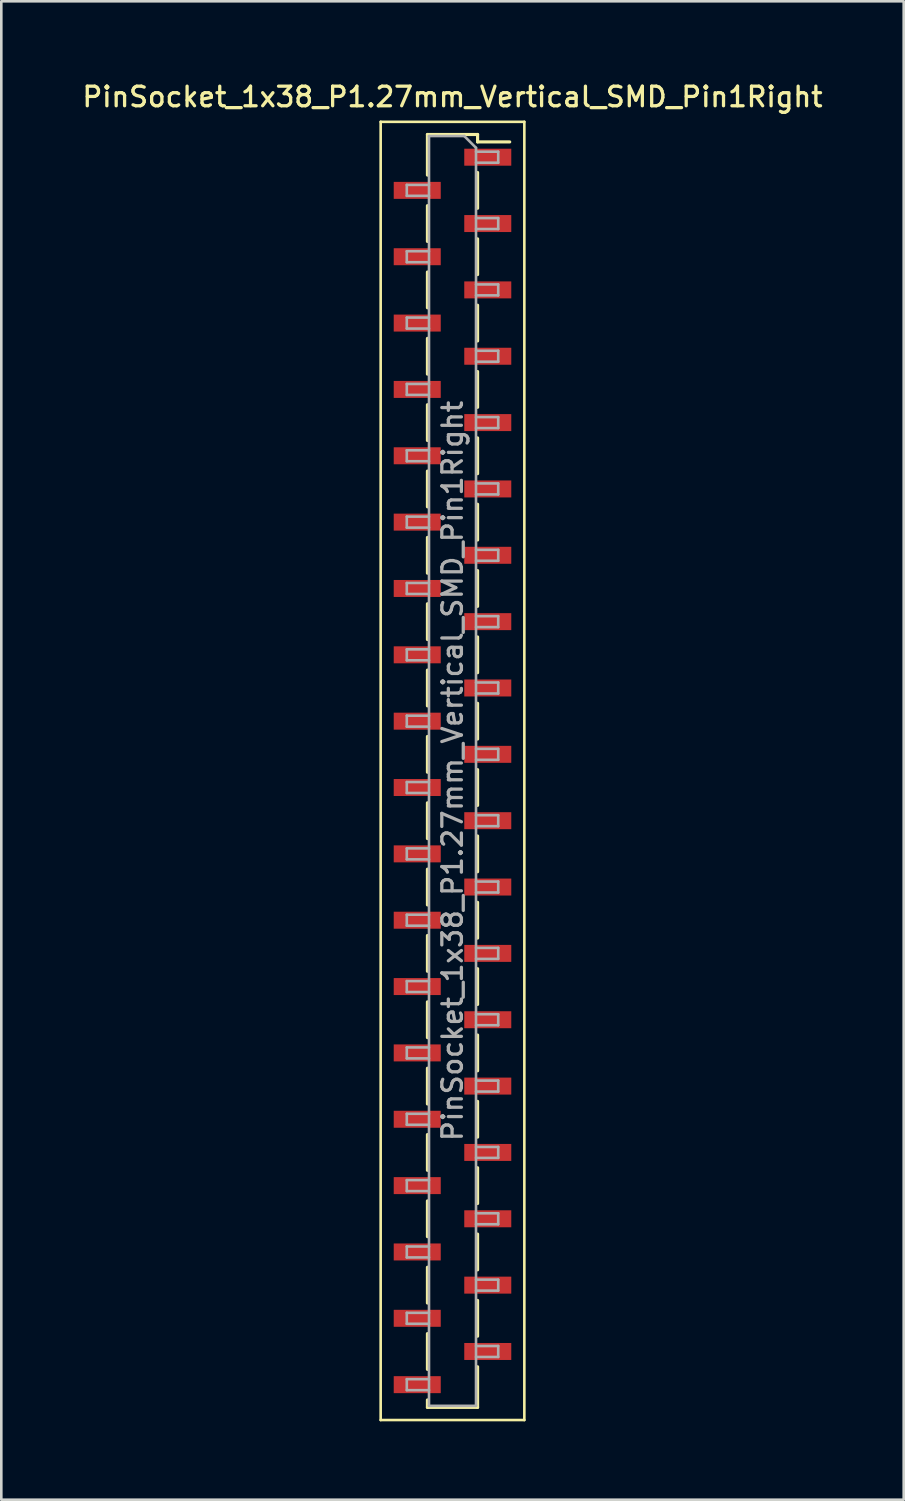
<source format=kicad_pcb>
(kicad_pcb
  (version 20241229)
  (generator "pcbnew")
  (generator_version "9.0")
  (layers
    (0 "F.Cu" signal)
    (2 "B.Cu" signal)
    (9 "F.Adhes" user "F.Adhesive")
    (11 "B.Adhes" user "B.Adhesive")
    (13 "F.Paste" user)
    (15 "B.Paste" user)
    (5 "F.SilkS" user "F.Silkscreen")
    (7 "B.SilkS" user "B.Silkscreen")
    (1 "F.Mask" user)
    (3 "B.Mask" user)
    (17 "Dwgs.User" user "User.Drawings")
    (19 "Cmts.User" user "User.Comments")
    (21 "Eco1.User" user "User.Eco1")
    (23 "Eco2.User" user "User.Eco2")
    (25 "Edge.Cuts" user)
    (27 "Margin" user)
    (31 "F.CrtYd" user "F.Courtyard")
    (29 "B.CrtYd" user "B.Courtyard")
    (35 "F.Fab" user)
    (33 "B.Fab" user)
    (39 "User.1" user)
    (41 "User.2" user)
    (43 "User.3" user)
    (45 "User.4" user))
  (footprint "PinSocket_1x38_P1.27mm_Vertical_SMD_Pin1Right"
    (layer "F.Cu")
    (at 14.273 26.463)
    (property "Reference" "PinSocket_1x38_P1.27mm_Vertical_SMD_Pin1Right" (at 0 -25.805 0) (layer "F.SilkS") (effects (font (size 0.75 0.75) (thickness 0.125))))
    (attr smd)
    (fp_line (start -2.75 -24.85) (end 2.75 -24.85) (stroke (width 0.1) (type solid)) (layer "F.SilkS"))
    (fp_line (start -2.75 24.85) (end -2.75 -24.85) (stroke (width 0.1) (type solid)) (layer "F.SilkS"))
    (fp_line (start -0.96 -24.365) (end -0.96 -22.81) (stroke (width 0.12) (type solid)) (layer "F.SilkS"))
    (fp_line (start -0.96 -24.365) (end 0.96 -24.365) (stroke (width 0.12) (type solid)) (layer "F.SilkS"))
    (fp_line (start -0.96 -21.64) (end -0.96 -20.27) (stroke (width 0.12) (type solid)) (layer "F.SilkS"))
    (fp_line (start -0.96 -19.1) (end -0.96 -17.73) (stroke (width 0.12) (type solid)) (layer "F.SilkS"))
    (fp_line (start -0.96 -16.56) (end -0.96 -15.19) (stroke (width 0.12) (type solid)) (layer "F.SilkS"))
    (fp_line (start -0.96 -14.02) (end -0.96 -12.65) (stroke (width 0.12) (type solid)) (layer "F.SilkS"))
    (fp_line (start -0.96 -11.48) (end -0.96 -10.11) (stroke (width 0.12) (type solid)) (layer "F.SilkS"))
    (fp_line (start -0.96 -8.94) (end -0.96 -7.57) (stroke (width 0.12) (type solid)) (layer "F.SilkS"))
    (fp_line (start -0.96 -6.4) (end -0.96 -5.03) (stroke (width 0.12) (type solid)) (layer "F.SilkS"))
    (fp_line (start -0.96 -3.86) (end -0.96 -2.49) (stroke (width 0.12) (type solid)) (layer "F.SilkS"))
    (fp_line (start -0.96 -1.32) (end -0.96 0.05) (stroke (width 0.12) (type solid)) (layer "F.SilkS"))
    (fp_line (start -0.96 1.22) (end -0.96 2.59) (stroke (width 0.12) (type solid)) (layer "F.SilkS"))
    (fp_line (start -0.96 3.76) (end -0.96 5.13) (stroke (width 0.12) (type solid)) (layer "F.SilkS"))
    (fp_line (start -0.96 6.3) (end -0.96 7.67) (stroke (width 0.12) (type solid)) (layer "F.SilkS"))
    (fp_line (start -0.96 8.84) (end -0.96 10.21) (stroke (width 0.12) (type solid)) (layer "F.SilkS"))
    (fp_line (start -0.96 11.38) (end -0.96 12.75) (stroke (width 0.12) (type solid)) (layer "F.SilkS"))
    (fp_line (start -0.96 13.92) (end -0.96 15.29) (stroke (width 0.12) (type solid)) (layer "F.SilkS"))
    (fp_line (start -0.96 16.46) (end -0.96 17.83) (stroke (width 0.12) (type solid)) (layer "F.SilkS"))
    (fp_line (start -0.96 19) (end -0.96 20.37) (stroke (width 0.12) (type solid)) (layer "F.SilkS"))
    (fp_line (start -0.96 21.54) (end -0.96 22.91) (stroke (width 0.12) (type solid)) (layer "F.SilkS"))
    (fp_line (start -0.96 24.08) (end -0.96 24.365) (stroke (width 0.12) (type solid)) (layer "F.SilkS"))
    (fp_line (start -0.96 24.365) (end 0.96 24.365) (stroke (width 0.12) (type solid)) (layer "F.SilkS"))
    (fp_line (start 0.96 -24.365) (end 0.96 -24.08) (stroke (width 0.12) (type solid)) (layer "F.SilkS"))
    (fp_line (start 0.96 -24.08) (end 2.19 -24.08) (stroke (width 0.12) (type solid)) (layer "F.SilkS"))
    (fp_line (start 0.96 -22.91) (end 0.96 -21.54) (stroke (width 0.12) (type solid)) (layer "F.SilkS"))
    (fp_line (start 0.96 -20.37) (end 0.96 -19) (stroke (width 0.12) (type solid)) (layer "F.SilkS"))
    (fp_line (start 0.96 -17.83) (end 0.96 -16.46) (stroke (width 0.12) (type solid)) (layer "F.SilkS"))
    (fp_line (start 0.96 -15.29) (end 0.96 -13.92) (stroke (width 0.12) (type solid)) (layer "F.SilkS"))
    (fp_line (start 0.96 -12.75) (end 0.96 -11.38) (stroke (width 0.12) (type solid)) (layer "F.SilkS"))
    (fp_line (start 0.96 -10.21) (end 0.96 -8.84) (stroke (width 0.12) (type solid)) (layer "F.SilkS"))
    (fp_line (start 0.96 -7.67) (end 0.96 -6.3) (stroke (width 0.12) (type solid)) (layer "F.SilkS"))
    (fp_line (start 0.96 -5.13) (end 0.96 -3.76) (stroke (width 0.12) (type solid)) (layer "F.SilkS"))
    (fp_line (start 0.96 -2.59) (end 0.96 -1.22) (stroke (width 0.12) (type solid)) (layer "F.SilkS"))
    (fp_line (start 0.96 -0.05) (end 0.96 1.32) (stroke (width 0.12) (type solid)) (layer "F.SilkS"))
    (fp_line (start 0.96 2.49) (end 0.96 3.86) (stroke (width 0.12) (type solid)) (layer "F.SilkS"))
    (fp_line (start 0.96 5.03) (end 0.96 6.4) (stroke (width 0.12) (type solid)) (layer "F.SilkS"))
    (fp_line (start 0.96 7.57) (end 0.96 8.94) (stroke (width 0.12) (type solid)) (layer "F.SilkS"))
    (fp_line (start 0.96 10.11) (end 0.96 11.48) (stroke (width 0.12) (type solid)) (layer "F.SilkS"))
    (fp_line (start 0.96 12.65) (end 0.96 14.02) (stroke (width 0.12) (type solid)) (layer "F.SilkS"))
    (fp_line (start 0.96 15.19) (end 0.96 16.56) (stroke (width 0.12) (type solid)) (layer "F.SilkS"))
    (fp_line (start 0.96 17.73) (end 0.96 19.1) (stroke (width 0.12) (type solid)) (layer "F.SilkS"))
    (fp_line (start 0.96 20.27) (end 0.96 21.64) (stroke (width 0.12) (type solid)) (layer "F.SilkS"))
    (fp_line (start 0.96 22.81) (end 0.96 24.365) (stroke (width 0.12) (type solid)) (layer "F.SilkS"))
    (fp_line (start 2.75 -24.85) (end 2.75 24.85) (stroke (width 0.1) (type solid)) (layer "F.SilkS"))
    (fp_line (start 2.75 24.85) (end -2.75 24.85) (stroke (width 0.1) (type solid)) (layer "F.SilkS"))
    (fp_line (start -1.75 -22.435) (end -0.9 -22.435) (stroke (width 0.1) (type solid)) (layer "F.Fab"))
    (fp_line (start -1.75 -22.015) (end -1.75 -22.435) (stroke (width 0.1) (type solid)) (layer "F.Fab"))
    (fp_line (start -1.75 -19.895) (end -0.9 -19.895) (stroke (width 0.1) (type solid)) (layer "F.Fab"))
    (fp_line (start -1.75 -19.475) (end -1.75 -19.895) (stroke (width 0.1) (type solid)) (layer "F.Fab"))
    (fp_line (start -1.75 -17.355) (end -0.9 -17.355) (stroke (width 0.1) (type solid)) (layer "F.Fab"))
    (fp_line (start -1.75 -16.935) (end -1.75 -17.355) (stroke (width 0.1) (type solid)) (layer "F.Fab"))
    (fp_line (start -1.75 -14.815) (end -0.9 -14.815) (stroke (width 0.1) (type solid)) (layer "F.Fab"))
    (fp_line (start -1.75 -14.395) (end -1.75 -14.815) (stroke (width 0.1) (type solid)) (layer "F.Fab"))
    (fp_line (start -1.75 -12.275) (end -0.9 -12.275) (stroke (width 0.1) (type solid)) (layer "F.Fab"))
    (fp_line (start -1.75 -11.855) (end -1.75 -12.275) (stroke (width 0.1) (type solid)) (layer "F.Fab"))
    (fp_line (start -1.75 -9.735) (end -0.9 -9.735) (stroke (width 0.1) (type solid)) (layer "F.Fab"))
    (fp_line (start -1.75 -9.315) (end -1.75 -9.735) (stroke (width 0.1) (type solid)) (layer "F.Fab"))
    (fp_line (start -1.75 -7.195) (end -0.9 -7.195) (stroke (width 0.1) (type solid)) (layer "F.Fab"))
    (fp_line (start -1.75 -6.775) (end -1.75 -7.195) (stroke (width 0.1) (type solid)) (layer "F.Fab"))
    (fp_line (start -1.75 -4.655) (end -0.9 -4.655) (stroke (width 0.1) (type solid)) (layer "F.Fab"))
    (fp_line (start -1.75 -4.235) (end -1.75 -4.655) (stroke (width 0.1) (type solid)) (layer "F.Fab"))
    (fp_line (start -1.75 -2.115) (end -0.9 -2.115) (stroke (width 0.1) (type solid)) (layer "F.Fab"))
    (fp_line (start -1.75 -1.695) (end -1.75 -2.115) (stroke (width 0.1) (type solid)) (layer "F.Fab"))
    (fp_line (start -1.75 0.425) (end -0.9 0.425) (stroke (width 0.1) (type solid)) (layer "F.Fab"))
    (fp_line (start -1.75 0.845) (end -1.75 0.425) (stroke (width 0.1) (type solid)) (layer "F.Fab"))
    (fp_line (start -1.75 2.965) (end -0.9 2.965) (stroke (width 0.1) (type solid)) (layer "F.Fab"))
    (fp_line (start -1.75 3.385) (end -1.75 2.965) (stroke (width 0.1) (type solid)) (layer "F.Fab"))
    (fp_line (start -1.75 5.505) (end -0.9 5.505) (stroke (width 0.1) (type solid)) (layer "F.Fab"))
    (fp_line (start -1.75 5.925) (end -1.75 5.505) (stroke (width 0.1) (type solid)) (layer "F.Fab"))
    (fp_line (start -1.75 8.045) (end -0.9 8.045) (stroke (width 0.1) (type solid)) (layer "F.Fab"))
    (fp_line (start -1.75 8.465) (end -1.75 8.045) (stroke (width 0.1) (type solid)) (layer "F.Fab"))
    (fp_line (start -1.75 10.585) (end -0.9 10.585) (stroke (width 0.1) (type solid)) (layer "F.Fab"))
    (fp_line (start -1.75 11.005) (end -1.75 10.585) (stroke (width 0.1) (type solid)) (layer "F.Fab"))
    (fp_line (start -1.75 13.125) (end -0.9 13.125) (stroke (width 0.1) (type solid)) (layer "F.Fab"))
    (fp_line (start -1.75 13.545) (end -1.75 13.125) (stroke (width 0.1) (type solid)) (layer "F.Fab"))
    (fp_line (start -1.75 15.665) (end -0.9 15.665) (stroke (width 0.1) (type solid)) (layer "F.Fab"))
    (fp_line (start -1.75 16.085) (end -1.75 15.665) (stroke (width 0.1) (type solid)) (layer "F.Fab"))
    (fp_line (start -1.75 18.205) (end -0.9 18.205) (stroke (width 0.1) (type solid)) (layer "F.Fab"))
    (fp_line (start -1.75 18.625) (end -1.75 18.205) (stroke (width 0.1) (type solid)) (layer "F.Fab"))
    (fp_line (start -1.75 20.745) (end -0.9 20.745) (stroke (width 0.1) (type solid)) (layer "F.Fab"))
    (fp_line (start -1.75 21.165) (end -1.75 20.745) (stroke (width 0.1) (type solid)) (layer "F.Fab"))
    (fp_line (start -1.75 23.285) (end -0.9 23.285) (stroke (width 0.1) (type solid)) (layer "F.Fab"))
    (fp_line (start -1.75 23.705) (end -1.75 23.285) (stroke (width 0.1) (type solid)) (layer "F.Fab"))
    (fp_line (start -0.9 -24.305) (end 0.45 -24.305) (stroke (width 0.1) (type solid)) (layer "F.Fab"))
    (fp_line (start -0.9 -22.015) (end -1.75 -22.015) (stroke (width 0.1) (type solid)) (layer "F.Fab"))
    (fp_line (start -0.9 -19.475) (end -1.75 -19.475) (stroke (width 0.1) (type solid)) (layer "F.Fab"))
    (fp_line (start -0.9 -16.935) (end -1.75 -16.935) (stroke (width 0.1) (type solid)) (layer "F.Fab"))
    (fp_line (start -0.9 -14.395) (end -1.75 -14.395) (stroke (width 0.1) (type solid)) (layer "F.Fab"))
    (fp_line (start -0.9 -11.855) (end -1.75 -11.855) (stroke (width 0.1) (type solid)) (layer "F.Fab"))
    (fp_line (start -0.9 -9.315) (end -1.75 -9.315) (stroke (width 0.1) (type solid)) (layer "F.Fab"))
    (fp_line (start -0.9 -6.775) (end -1.75 -6.775) (stroke (width 0.1) (type solid)) (layer "F.Fab"))
    (fp_line (start -0.9 -4.235) (end -1.75 -4.235) (stroke (width 0.1) (type solid)) (layer "F.Fab"))
    (fp_line (start -0.9 -1.695) (end -1.75 -1.695) (stroke (width 0.1) (type solid)) (layer "F.Fab"))
    (fp_line (start -0.9 0.845) (end -1.75 0.845) (stroke (width 0.1) (type solid)) (layer "F.Fab"))
    (fp_line (start -0.9 3.385) (end -1.75 3.385) (stroke (width 0.1) (type solid)) (layer "F.Fab"))
    (fp_line (start -0.9 5.925) (end -1.75 5.925) (stroke (width 0.1) (type solid)) (layer "F.Fab"))
    (fp_line (start -0.9 8.465) (end -1.75 8.465) (stroke (width 0.1) (type solid)) (layer "F.Fab"))
    (fp_line (start -0.9 11.005) (end -1.75 11.005) (stroke (width 0.1) (type solid)) (layer "F.Fab"))
    (fp_line (start -0.9 13.545) (end -1.75 13.545) (stroke (width 0.1) (type solid)) (layer "F.Fab"))
    (fp_line (start -0.9 16.085) (end -1.75 16.085) (stroke (width 0.1) (type solid)) (layer "F.Fab"))
    (fp_line (start -0.9 18.625) (end -1.75 18.625) (stroke (width 0.1) (type solid)) (layer "F.Fab"))
    (fp_line (start -0.9 21.165) (end -1.75 21.165) (stroke (width 0.1) (type solid)) (layer "F.Fab"))
    (fp_line (start -0.9 23.705) (end -1.75 23.705) (stroke (width 0.1) (type solid)) (layer "F.Fab"))
    (fp_line (start -0.9 24.305) (end -0.9 -24.305) (stroke (width 0.1) (type solid)) (layer "F.Fab"))
    (fp_line (start 0.45 -24.305) (end 0.9 -23.855) (stroke (width 0.1) (type solid)) (layer "F.Fab"))
    (fp_line (start 0.9 -23.855) (end 0.9 24.305) (stroke (width 0.1) (type solid)) (layer "F.Fab"))
    (fp_line (start 0.9 -23.705) (end 1.75 -23.705) (stroke (width 0.1) (type solid)) (layer "F.Fab"))
    (fp_line (start 0.9 -21.165) (end 1.75 -21.165) (stroke (width 0.1) (type solid)) (layer "F.Fab"))
    (fp_line (start 0.9 -18.625) (end 1.75 -18.625) (stroke (width 0.1) (type solid)) (layer "F.Fab"))
    (fp_line (start 0.9 -16.085) (end 1.75 -16.085) (stroke (width 0.1) (type solid)) (layer "F.Fab"))
    (fp_line (start 0.9 -13.545) (end 1.75 -13.545) (stroke (width 0.1) (type solid)) (layer "F.Fab"))
    (fp_line (start 0.9 -11.005) (end 1.75 -11.005) (stroke (width 0.1) (type solid)) (layer "F.Fab"))
    (fp_line (start 0.9 -8.465) (end 1.75 -8.465) (stroke (width 0.1) (type solid)) (layer "F.Fab"))
    (fp_line (start 0.9 -5.925) (end 1.75 -5.925) (stroke (width 0.1) (type solid)) (layer "F.Fab"))
    (fp_line (start 0.9 -3.385) (end 1.75 -3.385) (stroke (width 0.1) (type solid)) (layer "F.Fab"))
    (fp_line (start 0.9 -0.845) (end 1.75 -0.845) (stroke (width 0.1) (type solid)) (layer "F.Fab"))
    (fp_line (start 0.9 1.695) (end 1.75 1.695) (stroke (width 0.1) (type solid)) (layer "F.Fab"))
    (fp_line (start 0.9 4.235) (end 1.75 4.235) (stroke (width 0.1) (type solid)) (layer "F.Fab"))
    (fp_line (start 0.9 6.775) (end 1.75 6.775) (stroke (width 0.1) (type solid)) (layer "F.Fab"))
    (fp_line (start 0.9 9.315) (end 1.75 9.315) (stroke (width 0.1) (type solid)) (layer "F.Fab"))
    (fp_line (start 0.9 11.855) (end 1.75 11.855) (stroke (width 0.1) (type solid)) (layer "F.Fab"))
    (fp_line (start 0.9 14.395) (end 1.75 14.395) (stroke (width 0.1) (type solid)) (layer "F.Fab"))
    (fp_line (start 0.9 16.935) (end 1.75 16.935) (stroke (width 0.1) (type solid)) (layer "F.Fab"))
    (fp_line (start 0.9 19.475) (end 1.75 19.475) (stroke (width 0.1) (type solid)) (layer "F.Fab"))
    (fp_line (start 0.9 22.015) (end 1.75 22.015) (stroke (width 0.1) (type solid)) (layer "F.Fab"))
    (fp_line (start 0.9 24.305) (end -0.9 24.305) (stroke (width 0.1) (type solid)) (layer "F.Fab"))
    (fp_line (start 1.75 -23.705) (end 1.75 -23.285) (stroke (width 0.1) (type solid)) (layer "F.Fab"))
    (fp_line (start 1.75 -23.285) (end 0.9 -23.285) (stroke (width 0.1) (type solid)) (layer "F.Fab"))
    (fp_line (start 1.75 -21.165) (end 1.75 -20.745) (stroke (width 0.1) (type solid)) (layer "F.Fab"))
    (fp_line (start 1.75 -20.745) (end 0.9 -20.745) (stroke (width 0.1) (type solid)) (layer "F.Fab"))
    (fp_line (start 1.75 -18.625) (end 1.75 -18.205) (stroke (width 0.1) (type solid)) (layer "F.Fab"))
    (fp_line (start 1.75 -18.205) (end 0.9 -18.205) (stroke (width 0.1) (type solid)) (layer "F.Fab"))
    (fp_line (start 1.75 -16.085) (end 1.75 -15.665) (stroke (width 0.1) (type solid)) (layer "F.Fab"))
    (fp_line (start 1.75 -15.665) (end 0.9 -15.665) (stroke (width 0.1) (type solid)) (layer "F.Fab"))
    (fp_line (start 1.75 -13.545) (end 1.75 -13.125) (stroke (width 0.1) (type solid)) (layer "F.Fab"))
    (fp_line (start 1.75 -13.125) (end 0.9 -13.125) (stroke (width 0.1) (type solid)) (layer "F.Fab"))
    (fp_line (start 1.75 -11.005) (end 1.75 -10.585) (stroke (width 0.1) (type solid)) (layer "F.Fab"))
    (fp_line (start 1.75 -10.585) (end 0.9 -10.585) (stroke (width 0.1) (type solid)) (layer "F.Fab"))
    (fp_line (start 1.75 -8.465) (end 1.75 -8.045) (stroke (width 0.1) (type solid)) (layer "F.Fab"))
    (fp_line (start 1.75 -8.045) (end 0.9 -8.045) (stroke (width 0.1) (type solid)) (layer "F.Fab"))
    (fp_line (start 1.75 -5.925) (end 1.75 -5.505) (stroke (width 0.1) (type solid)) (layer "F.Fab"))
    (fp_line (start 1.75 -5.505) (end 0.9 -5.505) (stroke (width 0.1) (type solid)) (layer "F.Fab"))
    (fp_line (start 1.75 -3.385) (end 1.75 -2.965) (stroke (width 0.1) (type solid)) (layer "F.Fab"))
    (fp_line (start 1.75 -2.965) (end 0.9 -2.965) (stroke (width 0.1) (type solid)) (layer "F.Fab"))
    (fp_line (start 1.75 -0.845) (end 1.75 -0.425) (stroke (width 0.1) (type solid)) (layer "F.Fab"))
    (fp_line (start 1.75 -0.425) (end 0.9 -0.425) (stroke (width 0.1) (type solid)) (layer "F.Fab"))
    (fp_line (start 1.75 1.695) (end 1.75 2.115) (stroke (width 0.1) (type solid)) (layer "F.Fab"))
    (fp_line (start 1.75 2.115) (end 0.9 2.115) (stroke (width 0.1) (type solid)) (layer "F.Fab"))
    (fp_line (start 1.75 4.235) (end 1.75 4.655) (stroke (width 0.1) (type solid)) (layer "F.Fab"))
    (fp_line (start 1.75 4.655) (end 0.9 4.655) (stroke (width 0.1) (type solid)) (layer "F.Fab"))
    (fp_line (start 1.75 6.775) (end 1.75 7.195) (stroke (width 0.1) (type solid)) (layer "F.Fab"))
    (fp_line (start 1.75 7.195) (end 0.9 7.195) (stroke (width 0.1) (type solid)) (layer "F.Fab"))
    (fp_line (start 1.75 9.315) (end 1.75 9.735) (stroke (width 0.1) (type solid)) (layer "F.Fab"))
    (fp_line (start 1.75 9.735) (end 0.9 9.735) (stroke (width 0.1) (type solid)) (layer "F.Fab"))
    (fp_line (start 1.75 11.855) (end 1.75 12.275) (stroke (width 0.1) (type solid)) (layer "F.Fab"))
    (fp_line (start 1.75 12.275) (end 0.9 12.275) (stroke (width 0.1) (type solid)) (layer "F.Fab"))
    (fp_line (start 1.75 14.395) (end 1.75 14.815) (stroke (width 0.1) (type solid)) (layer "F.Fab"))
    (fp_line (start 1.75 14.815) (end 0.9 14.815) (stroke (width 0.1) (type solid)) (layer "F.Fab"))
    (fp_line (start 1.75 16.935) (end 1.75 17.355) (stroke (width 0.1) (type solid)) (layer "F.Fab"))
    (fp_line (start 1.75 17.355) (end 0.9 17.355) (stroke (width 0.1) (type solid)) (layer "F.Fab"))
    (fp_line (start 1.75 19.475) (end 1.75 19.895) (stroke (width 0.1) (type solid)) (layer "F.Fab"))
    (fp_line (start 1.75 19.895) (end 0.9 19.895) (stroke (width 0.1) (type solid)) (layer "F.Fab"))
    (fp_line (start 1.75 22.015) (end 1.75 22.435) (stroke (width 0.1) (type solid)) (layer "F.Fab"))
    (fp_line (start 1.75 22.435) (end 0.9 22.435) (stroke (width 0.1) (type solid)) (layer "F.Fab"))
    (fp_text user "${REFERENCE}" (at 0 0 90) (layer "F.Fab") (effects (font (size 0.75 0.75) (thickness 0.125))))
    (pad "1" smd rect (at 1.35 -23.495) (size 1.8 0.65) (layers "F.Cu" "F.Mask" "F.Paste"))
    (pad "2" smd rect (at -1.35 -22.225) (size 1.8 0.65) (layers "F.Cu" "F.Mask" "F.Paste"))
    (pad "3" smd rect (at 1.35 -20.955) (size 1.8 0.65) (layers "F.Cu" "F.Mask" "F.Paste"))
    (pad "4" smd rect (at -1.35 -19.685) (size 1.8 0.65) (layers "F.Cu" "F.Mask" "F.Paste"))
    (pad "5" smd rect (at 1.35 -18.415) (size 1.8 0.65) (layers "F.Cu" "F.Mask" "F.Paste"))
    (pad "6" smd rect (at -1.35 -17.145) (size 1.8 0.65) (layers "F.Cu" "F.Mask" "F.Paste"))
    (pad "7" smd rect (at 1.35 -15.875) (size 1.8 0.65) (layers "F.Cu" "F.Mask" "F.Paste"))
    (pad "8" smd rect (at -1.35 -14.605) (size 1.8 0.65) (layers "F.Cu" "F.Mask" "F.Paste"))
    (pad "9" smd rect (at 1.35 -13.335) (size 1.8 0.65) (layers "F.Cu" "F.Mask" "F.Paste"))
    (pad "10" smd rect (at -1.35 -12.065) (size 1.8 0.65) (layers "F.Cu" "F.Mask" "F.Paste"))
    (pad "11" smd rect (at 1.35 -10.795) (size 1.8 0.65) (layers "F.Cu" "F.Mask" "F.Paste"))
    (pad "12" smd rect (at -1.35 -9.525) (size 1.8 0.65) (layers "F.Cu" "F.Mask" "F.Paste"))
    (pad "13" smd rect (at 1.35 -8.255) (size 1.8 0.65) (layers "F.Cu" "F.Mask" "F.Paste"))
    (pad "14" smd rect (at -1.35 -6.985) (size 1.8 0.65) (layers "F.Cu" "F.Mask" "F.Paste"))
    (pad "15" smd rect (at 1.35 -5.715) (size 1.8 0.65) (layers "F.Cu" "F.Mask" "F.Paste"))
    (pad "16" smd rect (at -1.35 -4.445) (size 1.8 0.65) (layers "F.Cu" "F.Mask" "F.Paste"))
    (pad "17" smd rect (at 1.35 -3.175) (size 1.8 0.65) (layers "F.Cu" "F.Mask" "F.Paste"))
    (pad "18" smd rect (at -1.35 -1.905) (size 1.8 0.65) (layers "F.Cu" "F.Mask" "F.Paste"))
    (pad "19" smd rect (at 1.35 -0.635) (size 1.8 0.65) (layers "F.Cu" "F.Mask" "F.Paste"))
    (pad "20" smd rect (at -1.35 0.635) (size 1.8 0.65) (layers "F.Cu" "F.Mask" "F.Paste"))
    (pad "21" smd rect (at 1.35 1.905) (size 1.8 0.65) (layers "F.Cu" "F.Mask" "F.Paste"))
    (pad "22" smd rect (at -1.35 3.175) (size 1.8 0.65) (layers "F.Cu" "F.Mask" "F.Paste"))
    (pad "23" smd rect (at 1.35 4.445) (size 1.8 0.65) (layers "F.Cu" "F.Mask" "F.Paste"))
    (pad "24" smd rect (at -1.35 5.715) (size 1.8 0.65) (layers "F.Cu" "F.Mask" "F.Paste"))
    (pad "25" smd rect (at 1.35 6.985) (size 1.8 0.65) (layers "F.Cu" "F.Mask" "F.Paste"))
    (pad "26" smd rect (at -1.35 8.255) (size 1.8 0.65) (layers "F.Cu" "F.Mask" "F.Paste"))
    (pad "27" smd rect (at 1.35 9.525) (size 1.8 0.65) (layers "F.Cu" "F.Mask" "F.Paste"))
    (pad "28" smd rect (at -1.35 10.795) (size 1.8 0.65) (layers "F.Cu" "F.Mask" "F.Paste"))
    (pad "29" smd rect (at 1.35 12.065) (size 1.8 0.65) (layers "F.Cu" "F.Mask" "F.Paste"))
    (pad "30" smd rect (at -1.35 13.335) (size 1.8 0.65) (layers "F.Cu" "F.Mask" "F.Paste"))
    (pad "31" smd rect (at 1.35 14.605) (size 1.8 0.65) (layers "F.Cu" "F.Mask" "F.Paste"))
    (pad "32" smd rect (at -1.35 15.875) (size 1.8 0.65) (layers "F.Cu" "F.Mask" "F.Paste"))
    (pad "33" smd rect (at 1.35 17.145) (size 1.8 0.65) (layers "F.Cu" "F.Mask" "F.Paste"))
    (pad "34" smd rect (at -1.35 18.415) (size 1.8 0.65) (layers "F.Cu" "F.Mask" "F.Paste"))
    (pad "35" smd rect (at 1.35 19.685) (size 1.8 0.65) (layers "F.Cu" "F.Mask" "F.Paste"))
    (pad "36" smd rect (at -1.35 20.955) (size 1.8 0.65) (layers "F.Cu" "F.Mask" "F.Paste"))
    (pad "37" smd rect (at 1.35 22.225) (size 1.8 0.65) (layers "F.Cu" "F.Mask" "F.Paste"))
    (pad "38" smd rect (at -1.35 23.495) (size 1.8 0.65) (layers "F.Cu" "F.Mask" "F.Paste")))
  (gr_rect
    (start -3 -3)
    (end 31.546 54.363)
    (stroke (width 0.1) (type default))
    (fill no)
    (layer "Edge.Cuts")))
</source>
